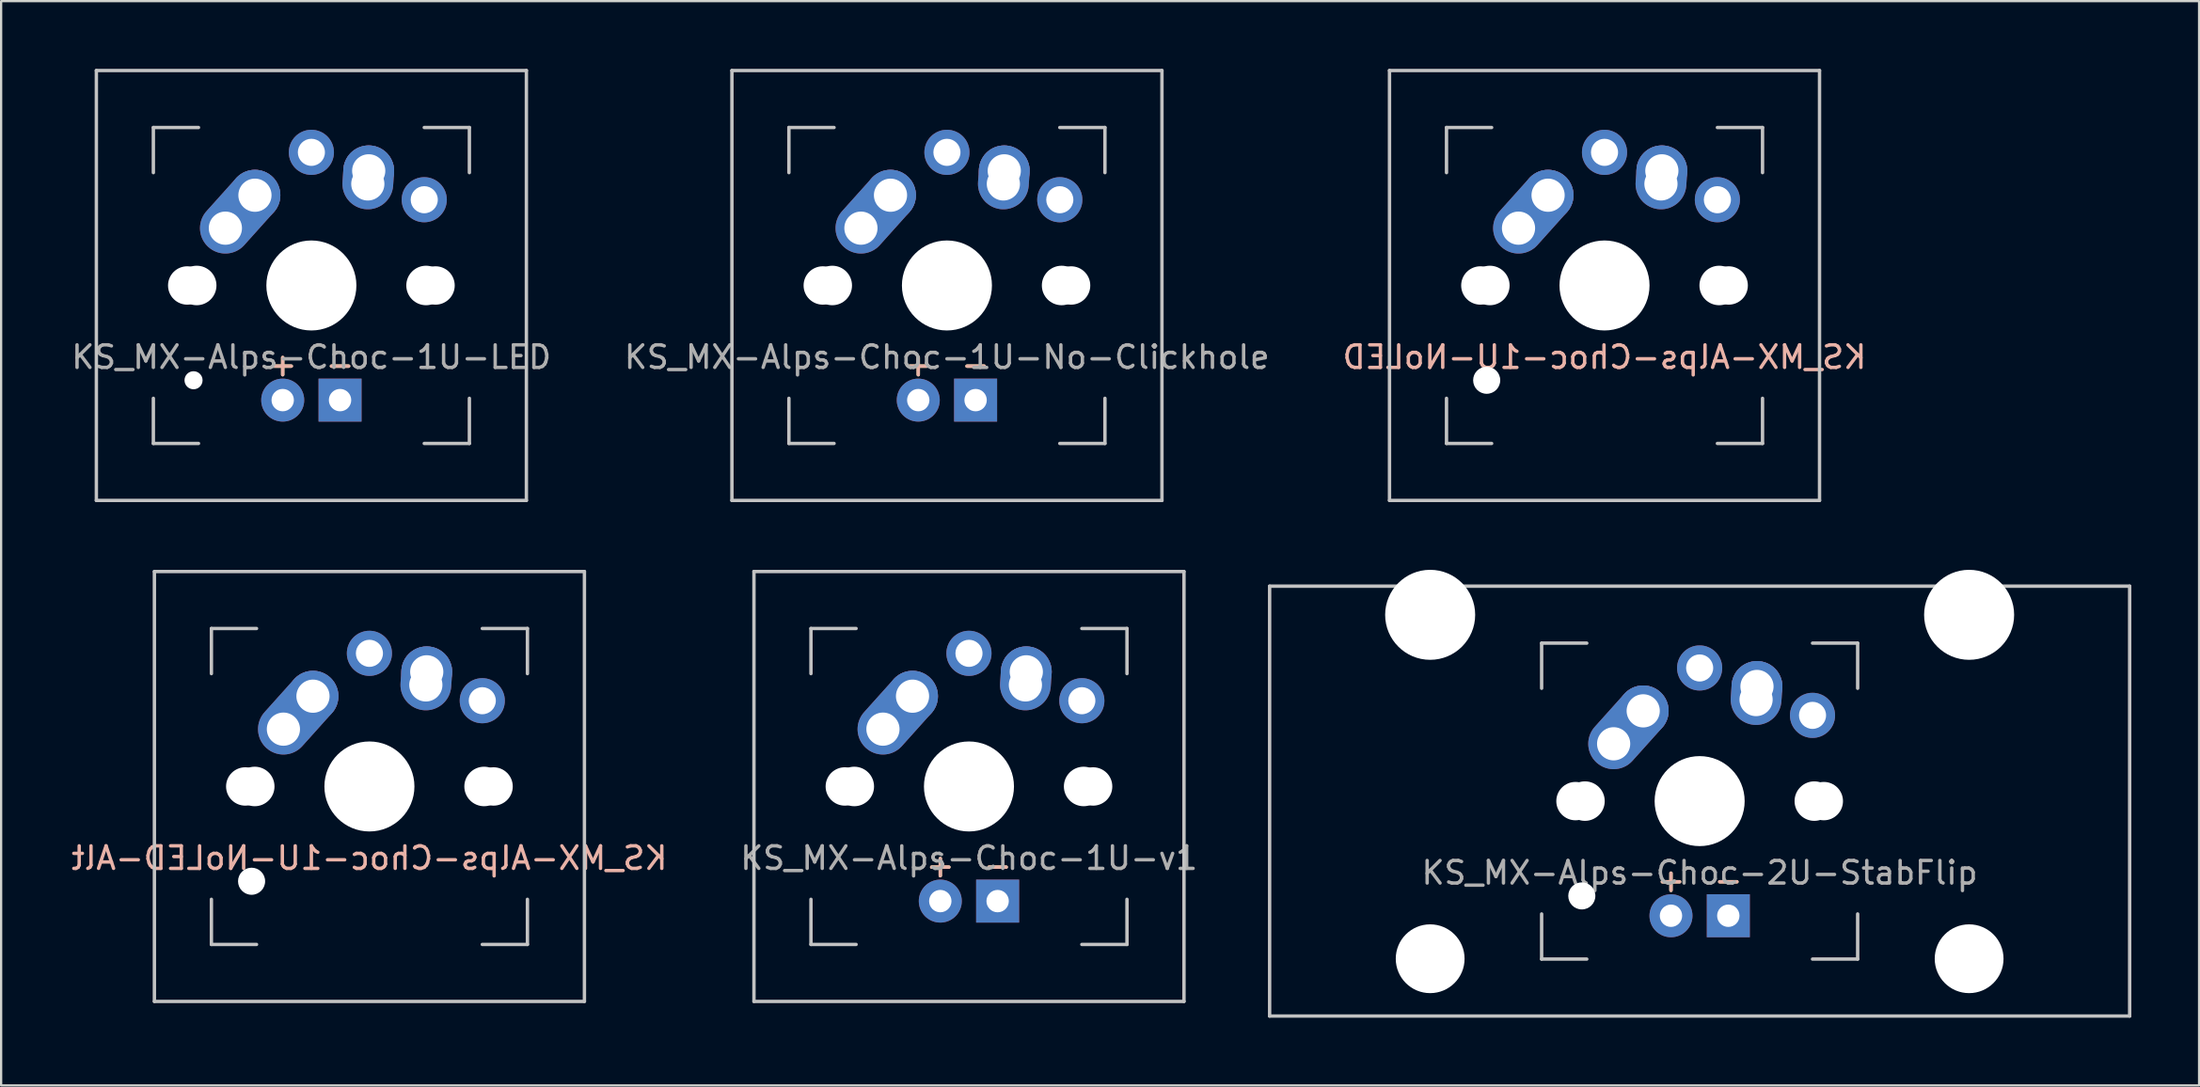
<source format=kicad_pcb>
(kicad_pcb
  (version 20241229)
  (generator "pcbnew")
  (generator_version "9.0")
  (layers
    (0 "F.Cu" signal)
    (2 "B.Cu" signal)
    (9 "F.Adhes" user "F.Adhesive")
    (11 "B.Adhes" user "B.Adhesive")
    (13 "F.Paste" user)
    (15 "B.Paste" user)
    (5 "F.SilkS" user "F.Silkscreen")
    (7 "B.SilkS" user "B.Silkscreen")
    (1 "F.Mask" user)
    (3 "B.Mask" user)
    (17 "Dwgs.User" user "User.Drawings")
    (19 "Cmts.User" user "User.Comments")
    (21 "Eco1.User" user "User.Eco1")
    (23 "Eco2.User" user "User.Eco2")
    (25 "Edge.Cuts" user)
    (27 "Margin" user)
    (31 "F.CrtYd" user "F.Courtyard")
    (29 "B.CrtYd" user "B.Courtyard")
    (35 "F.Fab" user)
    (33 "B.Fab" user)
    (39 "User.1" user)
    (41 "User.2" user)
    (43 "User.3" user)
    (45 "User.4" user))
  (footprint "KS_MX-Alps-Choc-1U-NoLED"
    (layer "F.Cu")
    (at 68.03 9.6)
    (property "Reference" "KS_MX-Alps-Choc-1U-NoLED" (at 0 3.175 0) (layer "B.SilkS") (effects (font (size 1 1) (thickness 0.15)) (justify mirror)))
    (attr through_hole)
    (fp_line (start -9.525 -9.525) (end 9.525 -9.525) (stroke (width 0.15) (type solid)) (layer "Dwgs.User"))
    (fp_line (start -9.525 9.525) (end -9.525 -9.525) (stroke (width 0.15) (type solid)) (layer "Dwgs.User"))
    (fp_line (start -7 -7) (end -7 -5) (stroke (width 0.15) (type solid)) (layer "Dwgs.User"))
    (fp_line (start -7 5) (end -7 7) (stroke (width 0.15) (type solid)) (layer "Dwgs.User"))
    (fp_line (start -7 7) (end -5 7) (stroke (width 0.15) (type solid)) (layer "Dwgs.User"))
    (fp_line (start -5 -7) (end -7 -7) (stroke (width 0.15) (type solid)) (layer "Dwgs.User"))
    (fp_line (start 5 -7) (end 7 -7) (stroke (width 0.15) (type solid)) (layer "Dwgs.User"))
    (fp_line (start 5 7) (end 7 7) (stroke (width 0.15) (type solid)) (layer "Dwgs.User"))
    (fp_line (start 7 -7) (end 7 -5) (stroke (width 0.15) (type solid)) (layer "Dwgs.User"))
    (fp_line (start 7 7) (end 7 5) (stroke (width 0.15) (type solid)) (layer "Dwgs.User"))
    (fp_line (start 9.525 -9.525) (end 9.525 9.525) (stroke (width 0.15) (type solid)) (layer "Dwgs.User"))
    (fp_line (start 9.525 9.525) (end -9.525 9.525) (stroke (width 0.15) (type solid)) (layer "Dwgs.User"))
    (pad "" np_thru_hole circle (at -5.5 0 48.1) (size 1.7 1.7) (drill 1.7) (layers "*.Cu" "*.Mask"))
    (pad "" np_thru_hole circle (at -5.22 4.2 48.1) (size 1.2 1.2) (drill 1.2) (layers "*.Cu" "*.Mask"))
    (pad "" np_thru_hole circle (at -5.08 0 48.1) (size 1.75 1.75) (drill 1.75) (layers "*.Cu" "*.Mask"))
    (pad "" np_thru_hole circle (at 0 0) (size 3.988 3.988) (drill 3.988) (layers "*.Cu" "*.Mask"))
    (pad "" np_thru_hole circle (at 5.08 0 48.1) (size 1.75 1.75) (drill 1.75) (layers "*.Cu" "*.Mask"))
    (pad "" np_thru_hole circle (at 5.5 0 48.1) (size 1.7 1.7) (drill 1.7) (layers "*.Cu" "*.Mask"))
    (pad "1" thru_hole oval (at 2.5 -4.5 86.1) (size 2.831 2.25) (drill 1.47 (offset 0.291 0)) (layers "*.Cu" "*.Mask"))
    (pad "1" thru_hole circle (at 2.54 -5.08) (size 2.25 2.25) (drill 1.47) (layers "*.Cu" "*.Mask"))
    (pad "1" thru_hole circle (at 5 -3.8) (size 2 2) (drill 1.2) (layers "*.Cu" "*.Mask"))
    (pad "2" thru_hole oval (at -3.81 -2.54 48.1) (size 4.212 2.25) (drill 1.47 (offset 0.981 0)) (layers "*.Cu" "*.Mask"))
    (pad "2" thru_hole circle (at -2.5 -4) (size 2.25 2.25) (drill 1.47) (layers "*.Cu" "*.Mask"))
    (pad "2" thru_hole circle (at 0 -5.9) (size 2 2) (drill 1.2) (layers "*.Cu" "*.Mask")))
  (footprint "KS_MX-Alps-Choc-1U-NoLED-Alt"
    (layer "F.Cu")
    (at 13.315 31.8)
    (property "Reference" "KS_MX-Alps-Choc-1U-NoLED-Alt" (at 0 3.175 0) (layer "B.SilkS") (effects (font (size 1 1) (thickness 0.15)) (justify mirror)))
    (attr through_hole)
    (fp_line (start -9.525 -9.525) (end 9.525 -9.525) (stroke (width 0.15) (type solid)) (layer "Dwgs.User"))
    (fp_line (start -9.525 9.525) (end -9.525 -9.525) (stroke (width 0.15) (type solid)) (layer "Dwgs.User"))
    (fp_line (start -7 -7) (end -7 -5) (stroke (width 0.15) (type solid)) (layer "Dwgs.User"))
    (fp_line (start -7 5) (end -7 7) (stroke (width 0.15) (type solid)) (layer "Dwgs.User"))
    (fp_line (start -7 7) (end -5 7) (stroke (width 0.15) (type solid)) (layer "Dwgs.User"))
    (fp_line (start -5 -7) (end -7 -7) (stroke (width 0.15) (type solid)) (layer "Dwgs.User"))
    (fp_line (start 5 -7) (end 7 -7) (stroke (width 0.15) (type solid)) (layer "Dwgs.User"))
    (fp_line (start 5 7) (end 7 7) (stroke (width 0.15) (type solid)) (layer "Dwgs.User"))
    (fp_line (start 7 -7) (end 7 -5) (stroke (width 0.15) (type solid)) (layer "Dwgs.User"))
    (fp_line (start 7 7) (end 7 5) (stroke (width 0.15) (type solid)) (layer "Dwgs.User"))
    (fp_line (start 9.525 -9.525) (end 9.525 9.525) (stroke (width 0.15) (type solid)) (layer "Dwgs.User"))
    (fp_line (start 9.525 9.525) (end -9.525 9.525) (stroke (width 0.15) (type solid)) (layer "Dwgs.User"))
    (pad "" np_thru_hole circle (at -5.5 0 48.1) (size 1.7 1.7) (drill 1.7) (layers "*.Cu" "*.Mask"))
    (pad "" np_thru_hole circle (at -5.22 4.2 48.1) (size 1.2 1.2) (drill 1.2) (layers "*.Cu" "*.Mask"))
    (pad "" np_thru_hole circle (at -5.08 0 48.1) (size 1.75 1.75) (drill 1.75) (layers "*.Cu" "*.Mask"))
    (pad "" np_thru_hole circle (at 0 0) (size 3.988 3.988) (drill 3.988) (layers "*.Cu" "*.Mask"))
    (pad "" np_thru_hole circle (at 5.08 0 48.1) (size 1.75 1.75) (drill 1.75) (layers "*.Cu" "*.Mask"))
    (pad "" np_thru_hole circle (at 5.5 0 48.1) (size 1.7 1.7) (drill 1.7) (layers "*.Cu" "*.Mask"))
    (pad "1" thru_hole circle (at 0 -5.9) (size 2 2) (drill 1.2) (layers "*.Cu" "*.Mask"))
    (pad "1" thru_hole oval (at 2.5 -4.5 86.1) (size 2.831 2.25) (drill 1.47 (offset 0.291 0)) (layers "*.Cu" "*.Mask"))
    (pad "1" thru_hole circle (at 2.54 -5.08) (size 2.25 2.25) (drill 1.47) (layers "*.Cu" "*.Mask"))
    (pad "2" thru_hole oval (at -3.81 -2.54 48.1) (size 4.212 2.25) (drill 1.47 (offset 0.981 0)) (layers "*.Cu" "*.Mask"))
    (pad "2" thru_hole circle (at -2.5 -4) (size 2.25 2.25) (drill 1.47) (layers "*.Cu" "*.Mask"))
    (pad "2" thru_hole circle (at 5 -3.8) (size 2 2) (drill 1.2) (layers "*.Cu" "*.Mask")))
  (footprint "KS_MX-Alps-Choc-1U-No-Clickhole"
    (layer "F.Cu")
    (at 38.899 9.6)
    (property "Reference" "KS_MX-Alps-Choc-1U-No-Clickhole" (at 0 3.175 0) (layer "F.Fab") (effects (font (size 1 1) (thickness 0.15))))
    (attr through_hole)
    (fp_line (start -9.525 -9.525) (end 9.525 -9.525) (stroke (width 0.15) (type solid)) (layer "Dwgs.User"))
    (fp_line (start -9.525 9.525) (end -9.525 -9.525) (stroke (width 0.15) (type solid)) (layer "Dwgs.User"))
    (fp_line (start -7 -7) (end -7 -5) (stroke (width 0.15) (type solid)) (layer "Dwgs.User"))
    (fp_line (start -7 5) (end -7 7) (stroke (width 0.15) (type solid)) (layer "Dwgs.User"))
    (fp_line (start -7 7) (end -5 7) (stroke (width 0.15) (type solid)) (layer "Dwgs.User"))
    (fp_line (start -5 -7) (end -7 -7) (stroke (width 0.15) (type solid)) (layer "Dwgs.User"))
    (fp_line (start 5 -7) (end 7 -7) (stroke (width 0.15) (type solid)) (layer "Dwgs.User"))
    (fp_line (start 5 7) (end 7 7) (stroke (width 0.15) (type solid)) (layer "Dwgs.User"))
    (fp_line (start 7 -7) (end 7 -5) (stroke (width 0.15) (type solid)) (layer "Dwgs.User"))
    (fp_line (start 7 7) (end 7 5) (stroke (width 0.15) (type solid)) (layer "Dwgs.User"))
    (fp_line (start 9.525 -9.525) (end 9.525 9.525) (stroke (width 0.15) (type solid)) (layer "Dwgs.User"))
    (fp_line (start 9.525 9.525) (end -9.525 9.525) (stroke (width 0.15) (type solid)) (layer "Dwgs.User"))
    (fp_text user "-" (at 1.27 3.5 0) (layer "F.SilkS") (effects (font (size 1 1) (thickness 0.15))))
    (fp_text user "+" (at -1.27 3.5 0) (layer "F.SilkS") (effects (font (size 1 1) (thickness 0.15))))
    (fp_text user "-" (at 1.27 3.5 0) (layer "B.SilkS") (effects (font (size 1 1) (thickness 0.15))))
    (fp_text user "+" (at -1.27 3.5 0) (layer "B.SilkS") (effects (font (size 1 1) (thickness 0.15))))
    (pad "" np_thru_hole circle (at -5.5 0 48.1) (size 1.7 1.7) (drill 1.7) (layers "*.Cu" "*.Mask"))
    (pad "" np_thru_hole circle (at -5.08 0 48.1) (size 1.75 1.75) (drill 1.75) (layers "*.Cu" "*.Mask"))
    (pad "" np_thru_hole circle (at 0 0) (size 3.988 3.988) (drill 3.988) (layers "*.Cu" "*.Mask"))
    (pad "" np_thru_hole circle (at 5.08 0 48.1) (size 1.75 1.75) (drill 1.75) (layers "*.Cu" "*.Mask"))
    (pad "" np_thru_hole circle (at 5.5 0 48.1) (size 1.7 1.7) (drill 1.7) (layers "*.Cu" "*.Mask"))
    (pad "1" thru_hole oval (at -3.81 -2.54 48.1) (size 4.212 2.25) (drill 1.47 (offset 0.981 0)) (layers "*.Cu" "*.Mask"))
    (pad "1" thru_hole circle (at -2.5 -4) (size 2.25 2.25) (drill 1.47) (layers "*.Cu" "*.Mask"))
    (pad "1" thru_hole circle (at 0 -5.9) (size 2 2) (drill 1.2) (layers "*.Cu" "*.Mask"))
    (pad "2" thru_hole oval (at 2.5 -4.5 86.1) (size 2.831 2.25) (drill 1.47 (offset 0.291 0)) (layers "*.Cu" "*.Mask"))
    (pad "2" thru_hole circle (at 2.54 -5.08) (size 2.25 2.25) (drill 1.47) (layers "*.Cu" "*.Mask"))
    (pad "2" thru_hole circle (at 5 -3.8) (size 2 2) (drill 1.2) (layers "*.Cu" "*.Mask"))
    (pad "3" thru_hole circle (at -1.27 5.08) (size 1.905 1.905) (drill 0.991) (layers "*.Cu" "*.Mask"))
    (pad "4" thru_hole rect (at 1.27 5.08) (size 1.905 1.905) (drill 0.991) (layers "*.Cu" "*.Mask")))
  (footprint "KS_MX-Alps-Choc-1U-LED"
    (layer "F.Cu")
    (at 10.744 9.6)
    (property "Reference" "KS_MX-Alps-Choc-1U-LED" (at 0 3.175 0) (layer "F.Fab") (effects (font (size 1 1) (thickness 0.15))))
    (attr through_hole)
    (fp_line (start -9.525 -9.525) (end 9.525 -9.525) (stroke (width 0.15) (type solid)) (layer "Dwgs.User"))
    (fp_line (start -9.525 9.525) (end -9.525 -9.525) (stroke (width 0.15) (type solid)) (layer "Dwgs.User"))
    (fp_line (start -7 -7) (end -7 -5) (stroke (width 0.15) (type solid)) (layer "Dwgs.User"))
    (fp_line (start -7 5) (end -7 7) (stroke (width 0.15) (type solid)) (layer "Dwgs.User"))
    (fp_line (start -7 7) (end -5 7) (stroke (width 0.15) (type solid)) (layer "Dwgs.User"))
    (fp_line (start -5 -7) (end -7 -7) (stroke (width 0.15) (type solid)) (layer "Dwgs.User"))
    (fp_line (start 5 -7) (end 7 -7) (stroke (width 0.15) (type solid)) (layer "Dwgs.User"))
    (fp_line (start 5 7) (end 7 7) (stroke (width 0.15) (type solid)) (layer "Dwgs.User"))
    (fp_line (start 7 -7) (end 7 -5) (stroke (width 0.15) (type solid)) (layer "Dwgs.User"))
    (fp_line (start 7 7) (end 7 5) (stroke (width 0.15) (type solid)) (layer "Dwgs.User"))
    (fp_line (start 9.525 -9.525) (end 9.525 9.525) (stroke (width 0.15) (type solid)) (layer "Dwgs.User"))
    (fp_line (start 9.525 9.525) (end -9.525 9.525) (stroke (width 0.15) (type solid)) (layer "Dwgs.User"))
    (fp_text user "-" (at 1.27 3.5 0) (layer "F.SilkS") (effects (font (size 1 1) (thickness 0.15))))
    (fp_text user "+" (at -1.27 3.5 0) (layer "F.SilkS") (effects (font (size 1 1) (thickness 0.15))))
    (fp_text user "+" (at -1.27 3.5 0) (layer "B.SilkS") (effects (font (size 1 1) (thickness 0.15))))
    (fp_text user "-" (at 1.27 3.5 0) (layer "B.SilkS") (effects (font (size 1 1) (thickness 0.15))))
    (pad "" np_thru_hole circle (at -5.5 0 48.1) (size 1.7 1.7) (drill 1.7) (layers "*.Cu" "*.Mask"))
    (pad "" np_thru_hole circle (at -5.22 4.2 48.1) (size 0.8 0.8) (drill 0.8) (layers "*.Cu" "*.Mask"))
    (pad "" np_thru_hole circle (at -5.08 0 48.1) (size 1.75 1.75) (drill 1.75) (layers "*.Cu" "*.Mask"))
    (pad "" np_thru_hole circle (at 0 0) (size 3.988 3.988) (drill 3.988) (layers "*.Cu" "*.Mask"))
    (pad "" np_thru_hole circle (at 5.08 0 48.1) (size 1.75 1.75) (drill 1.75) (layers "*.Cu" "*.Mask"))
    (pad "" np_thru_hole circle (at 5.5 0 48.1) (size 1.7 1.7) (drill 1.7) (layers "*.Cu" "*.Mask"))
    (pad "1" thru_hole oval (at -3.81 -2.54 48.1) (size 4.212 2.25) (drill 1.47 (offset 0.981 0)) (layers "*.Cu" "*.Mask"))
    (pad "1" thru_hole circle (at -2.5 -4) (size 2.25 2.25) (drill 1.47) (layers "*.Cu" "*.Mask"))
    (pad "1" thru_hole circle (at 0 -5.9) (size 2 2) (drill 1.2) (layers "*.Cu" "*.Mask"))
    (pad "2" thru_hole oval (at 2.5 -4.5 86.1) (size 2.831 2.25) (drill 1.47 (offset 0.291 0)) (layers "*.Cu" "*.Mask"))
    (pad "2" thru_hole circle (at 2.54 -5.08) (size 2.25 2.25) (drill 1.47) (layers "*.Cu" "*.Mask"))
    (pad "2" thru_hole circle (at 5 -3.8) (size 2 2) (drill 1.2) (layers "*.Cu" "*.Mask"))
    (pad "3" thru_hole circle (at -1.27 5.08) (size 1.905 1.905) (drill 0.991) (layers "*.Cu" "*.Mask"))
    (pad "4" thru_hole rect (at 1.27 5.08) (size 1.905 1.905) (drill 0.991) (layers "*.Cu" "*.Mask")))
  (footprint "KS_MX-Alps-Choc-1U-v1"
    (layer "F.Cu")
    (at 39.875 31.8)
    (property "Reference" "KS_MX-Alps-Choc-1U-v1" (at 0 3.175 0) (layer "F.Fab") (effects (font (size 1 1) (thickness 0.15))))
    (attr through_hole)
    (fp_line (start -9.525 -9.525) (end 9.525 -9.525) (stroke (width 0.15) (type solid)) (layer "Dwgs.User"))
    (fp_line (start -9.525 9.525) (end -9.525 -9.525) (stroke (width 0.15) (type solid)) (layer "Dwgs.User"))
    (fp_line (start -7 -7) (end -7 -5) (stroke (width 0.15) (type solid)) (layer "Dwgs.User"))
    (fp_line (start -7 5) (end -7 7) (stroke (width 0.15) (type solid)) (layer "Dwgs.User"))
    (fp_line (start -7 7) (end -5 7) (stroke (width 0.15) (type solid)) (layer "Dwgs.User"))
    (fp_line (start -5 -7) (end -7 -7) (stroke (width 0.15) (type solid)) (layer "Dwgs.User"))
    (fp_line (start 5 -7) (end 7 -7) (stroke (width 0.15) (type solid)) (layer "Dwgs.User"))
    (fp_line (start 5 7) (end 7 7) (stroke (width 0.15) (type solid)) (layer "Dwgs.User"))
    (fp_line (start 7 -7) (end 7 -5) (stroke (width 0.15) (type solid)) (layer "Dwgs.User"))
    (fp_line (start 7 7) (end 7 5) (stroke (width 0.15) (type solid)) (layer "Dwgs.User"))
    (fp_line (start 9.525 -9.525) (end 9.525 9.525) (stroke (width 0.15) (type solid)) (layer "Dwgs.User"))
    (fp_line (start 9.525 9.525) (end -9.525 9.525) (stroke (width 0.15) (type solid)) (layer "Dwgs.User"))
    (fp_text user "+" (at -1.27 3.5 0) (layer "F.SilkS") (effects (font (size 1 1) (thickness 0.15))))
    (fp_text user "-" (at 1.27 3.5 0) (layer "F.SilkS") (effects (font (size 1 1) (thickness 0.15))))
    (fp_text user "-" (at 1.27 3.5 0) (layer "B.SilkS") (effects (font (size 1 1) (thickness 0.15))))
    (fp_text user "+" (at -1.27 3.5 0) (layer "B.SilkS") (effects (font (size 1 1) (thickness 0.15))))
    (pad "" np_thru_hole circle (at -5.5 0 48.1) (size 1.7 1.7) (drill 1.7) (layers "*.Cu" "*.Mask"))
    (pad "" np_thru_hole circle (at -5.08 0 48.1) (size 1.75 1.75) (drill 1.75) (layers "*.Cu" "*.Mask"))
    (pad "" np_thru_hole circle (at 0 0) (size 3.988 3.988) (drill 3.988) (layers "*.Cu" "*.Mask"))
    (pad "" np_thru_hole circle (at 5.08 0 48.1) (size 1.75 1.75) (drill 1.75) (layers "*.Cu" "*.Mask"))
    (pad "" np_thru_hole circle (at 5.5 0 48.1) (size 1.7 1.7) (drill 1.7) (layers "*.Cu" "*.Mask"))
    (pad "1" thru_hole oval (at -3.81 -2.54 48.1) (size 4.212 2.25) (drill 1.47 (offset 0.981 0)) (layers "*.Cu" "*.Mask"))
    (pad "1" thru_hole circle (at -2.5 -4) (size 2.25 2.25) (drill 1.47) (layers "*.Cu" "*.Mask"))
    (pad "1" thru_hole circle (at 0 -5.9) (size 2 2) (drill 1.2) (layers "*.Cu" "*.Mask"))
    (pad "2" thru_hole oval (at 2.5 -4.5 86.1) (size 2.831 2.25) (drill 1.47 (offset 0.291 0)) (layers "*.Cu" "*.Mask"))
    (pad "2" thru_hole circle (at 2.54 -5.08) (size 2.25 2.25) (drill 1.47) (layers "*.Cu" "*.Mask"))
    (pad "2" thru_hole circle (at 5 -3.8) (size 2 2) (drill 1.2) (layers "*.Cu" "*.Mask"))
    (pad "3" thru_hole circle (at -1.27 5.08) (size 1.905 1.905) (drill 0.991) (layers "*.Cu" "*.Mask"))
    (pad "4" thru_hole rect (at 1.27 5.08) (size 1.905 1.905) (drill 0.991) (layers "*.Cu" "*.Mask")))
  (footprint "KS_MX-Alps-Choc-2U-StabFlip"
    (layer "F.Cu")
    (at 72.244 32.449)
    (property "Reference" "KS_MX-Alps-Choc-2U-StabFlip" (at 0 3.175 0) (layer "F.Fab") (effects (font (size 1 1) (thickness 0.15))))
    (attr through_hole)
    (fp_line (start -19.05 -9.525) (end 19.05 -9.525) (stroke (width 0.15) (type solid)) (layer "Dwgs.User"))
    (fp_line (start -19.05 9.525) (end -19.05 -9.525) (stroke (width 0.15) (type solid)) (layer "Dwgs.User"))
    (fp_line (start -7 -7) (end -7 -5) (stroke (width 0.15) (type solid)) (layer "Dwgs.User"))
    (fp_line (start -7 5) (end -7 7) (stroke (width 0.15) (type solid)) (layer "Dwgs.User"))
    (fp_line (start -7 7) (end -5 7) (stroke (width 0.15) (type solid)) (layer "Dwgs.User"))
    (fp_line (start -5 -7) (end -7 -7) (stroke (width 0.15) (type solid)) (layer "Dwgs.User"))
    (fp_line (start 5 -7) (end 7 -7) (stroke (width 0.15) (type solid)) (layer "Dwgs.User"))
    (fp_line (start 5 7) (end 7 7) (stroke (width 0.15) (type solid)) (layer "Dwgs.User"))
    (fp_line (start 7 -7) (end 7 -5) (stroke (width 0.15) (type solid)) (layer "Dwgs.User"))
    (fp_line (start 7 7) (end 7 5) (stroke (width 0.15) (type solid)) (layer "Dwgs.User"))
    (fp_line (start 19.05 -9.525) (end 19.05 9.525) (stroke (width 0.15) (type solid)) (layer "Dwgs.User"))
    (fp_line (start 19.05 9.525) (end -19.05 9.525) (stroke (width 0.15) (type solid)) (layer "Dwgs.User"))
    (fp_text user "-" (at 1.27 3.5 0) (layer "F.SilkS") (effects (font (size 1 1) (thickness 0.15))))
    (fp_text user "+" (at -1.27 3.5 0) (layer "F.SilkS") (effects (font (size 1 1) (thickness 0.15))))
    (fp_text user "+" (at -1.27 3.5 0) (layer "B.SilkS") (effects (font (size 1 1) (thickness 0.15))))
    (fp_text user "-" (at 1.27 3.5 0) (layer "B.SilkS") (effects (font (size 1 1) (thickness 0.15))))
    (pad "" np_thru_hole circle (at -11.938 -8.255) (size 3.988 3.988) (drill 3.988) (layers "*.Cu" "*.Mask"))
    (pad "" np_thru_hole circle (at -11.938 6.985) (size 3.048 3.048) (drill 3.048) (layers "*.Cu" "*.Mask"))
    (pad "" np_thru_hole circle (at -5.5 0 48.1) (size 1.7 1.7) (drill 1.7) (layers "*.Cu" "*.Mask"))
    (pad "" np_thru_hole circle (at -5.22 4.2 48.1) (size 1.2 1.2) (drill 1.2) (layers "*.Cu" "*.Mask"))
    (pad "" np_thru_hole circle (at -5.08 0 48.1) (size 1.75 1.75) (drill 1.75) (layers "*.Cu" "*.Mask"))
    (pad "" np_thru_hole circle (at 0 0) (size 3.988 3.988) (drill 3.988) (layers "*.Cu" "*.Mask"))
    (pad "" np_thru_hole circle (at 5.08 0 48.1) (size 1.75 1.75) (drill 1.75) (layers "*.Cu" "*.Mask"))
    (pad "" np_thru_hole circle (at 5.5 0 48.1) (size 1.7 1.7) (drill 1.7) (layers "*.Cu" "*.Mask"))
    (pad "" np_thru_hole circle (at 11.938 -8.255) (size 3.988 3.988) (drill 3.988) (layers "*.Cu" "*.Mask"))
    (pad "" np_thru_hole circle (at 11.938 6.985) (size 3.048 3.048) (drill 3.048) (layers "*.Cu" "*.Mask"))
    (pad "1" thru_hole oval (at -3.81 -2.54 48.1) (size 4.212 2.25) (drill 1.47 (offset 0.981 0)) (layers "*.Cu" "*.Mask"))
    (pad "1" thru_hole circle (at -2.5 -4) (size 2.25 2.25) (drill 1.47) (layers "*.Cu" "*.Mask"))
    (pad "1" thru_hole circle (at 0 -5.9) (size 2 2) (drill 1.2) (layers "*.Cu" "*.Mask"))
    (pad "2" thru_hole oval (at 2.5 -4.5 86.1) (size 2.831 2.25) (drill 1.47 (offset 0.291 0)) (layers "*.Cu" "*.Mask"))
    (pad "2" thru_hole circle (at 2.54 -5.08) (size 2.25 2.25) (drill 1.47) (layers "*.Cu" "*.Mask"))
    (pad "2" thru_hole circle (at 5 -3.8) (size 2 2) (drill 1.2) (layers "*.Cu" "*.Mask"))
    (pad "3" thru_hole circle (at -1.27 5.08) (size 1.905 1.905) (drill 0.991) (layers "*.Cu" "*.Mask"))
    (pad "4" thru_hole rect (at 1.27 5.08) (size 1.905 1.905) (drill 0.991) (layers "*.Cu" "*.Mask")))
  (gr_rect
    (start -3 -3)
    (end 94.369 45.049)
    (stroke (width 0.1) (type default))
    (fill no)
    (layer "Edge.Cuts")))
</source>
